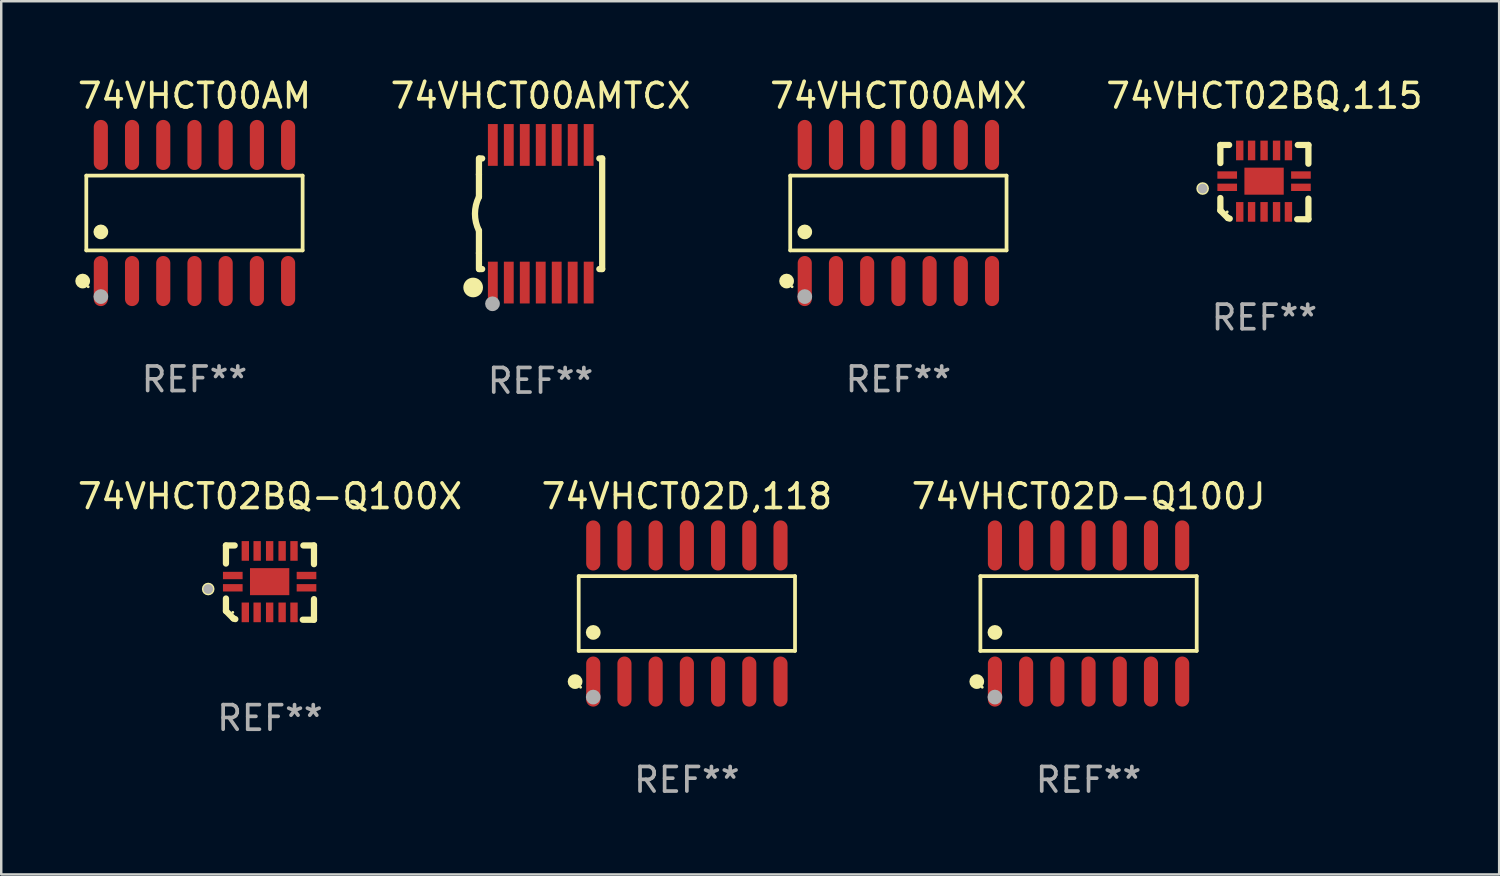
<source format=kicad_pcb>
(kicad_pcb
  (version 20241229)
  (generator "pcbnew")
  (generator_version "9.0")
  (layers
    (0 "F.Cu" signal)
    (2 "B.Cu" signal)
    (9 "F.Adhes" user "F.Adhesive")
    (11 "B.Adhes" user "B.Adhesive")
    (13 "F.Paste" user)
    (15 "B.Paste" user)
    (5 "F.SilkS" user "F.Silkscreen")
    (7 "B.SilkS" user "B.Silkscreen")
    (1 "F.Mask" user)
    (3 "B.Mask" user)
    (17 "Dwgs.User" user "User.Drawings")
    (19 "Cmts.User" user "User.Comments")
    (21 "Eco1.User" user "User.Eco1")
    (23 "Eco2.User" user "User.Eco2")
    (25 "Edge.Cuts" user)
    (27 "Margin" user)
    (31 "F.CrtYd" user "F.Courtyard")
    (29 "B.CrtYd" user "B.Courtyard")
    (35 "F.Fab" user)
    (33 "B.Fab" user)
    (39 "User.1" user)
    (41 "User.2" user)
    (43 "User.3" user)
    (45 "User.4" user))
  (footprint "74VHCT00AMTCX"
    (layer "F.Cu")
    (at 18.946 5.648)
    (property "Reference" "74VHCT00AMTCX" (at 0 -4.8 0) (layer "F.SilkS") (effects (font (size 1 1) (thickness 0.15))))
    (attr through_hole)
    (fp_line (start -2.507 -1.6) (end -2.507 -2.25) (stroke (width 0.254) (type solid)) (layer "F.SilkS"))
    (fp_line (start -2.507 -0.686) (end -2.507 -1.6) (stroke (width 0.254) (type solid)) (layer "F.SilkS"))
    (fp_line (start -2.507 1.6) (end -2.507 0.686) (stroke (width 0.254) (type solid)) (layer "F.SilkS"))
    (fp_line (start -2.507 1.6) (end -2.507 2.25) (stroke (width 0.254) (type solid)) (layer "F.SilkS"))
    (fp_line (start -2.493 -2.25) (end -2.377 -2.25) (stroke (width 0.254) (type solid)) (layer "F.SilkS"))
    (fp_line (start -2.377 2.25) (end -2.493 2.25) (stroke (width 0.254) (type solid)) (layer "F.SilkS"))
    (fp_line (start 2.392 -2.25) (end 2.507 -2.25) (stroke (width 0.254) (type solid)) (layer "F.SilkS"))
    (fp_line (start 2.507 -2.25) (end 2.507 2.25) (stroke (width 0.254) (type solid)) (layer "F.SilkS"))
    (fp_line (start 2.507 2.25) (end 2.392 2.25) (stroke (width 0.254) (type solid)) (layer "F.SilkS"))
    (fp_arc (start -2.507303 0.685802) (mid -2.669199 0) (end -2.507303 -0.685801) (stroke (width 0.254001) (type solid)) (layer "F.SilkS"))
    (fp_circle (center -2.743 3) (end -2.543 3) (stroke (width 0.4) (type solid)) (fill no) (layer "F.SilkS"))
    (fp_circle (center -2.493 3.2) (end -2.463 3.2) (stroke (width 0.06) (type solid)) (fill no) (layer "F.SilkS"))
    (fp_circle (center -1.957 3.662) (end -1.807 3.662) (stroke (width 0.3) (type solid)) (fill no) (layer "F.Fab"))
    (fp_text user "REF**" (at 0 6.8 0) (layer "F.Fab") (effects (font (size 1 1) (thickness 0.15))))
    (pad "1" smd rect (at -1.943 2.8) (size 0.4 1.7) (layers "F.Cu" "F.Mask" "F.Paste"))
    (pad "2" smd rect (at -1.293 2.8) (size 0.4 1.7) (layers "F.Cu" "F.Mask" "F.Paste"))
    (pad "3" smd rect (at -0.643 2.8) (size 0.4 1.7) (layers "F.Cu" "F.Mask" "F.Paste"))
    (pad "4" smd rect (at 0.007 2.8) (size 0.4 1.7) (layers "F.Cu" "F.Mask" "F.Paste"))
    (pad "5" smd rect (at 0.657 2.8) (size 0.4 1.7) (layers "F.Cu" "F.Mask" "F.Paste"))
    (pad "6" smd rect (at 1.307 2.8) (size 0.4 1.7) (layers "F.Cu" "F.Mask" "F.Paste"))
    (pad "7" smd rect (at 1.957 2.8) (size 0.4 1.7) (layers "F.Cu" "F.Mask" "F.Paste"))
    (pad "8" smd rect (at 1.957 -2.8) (size 0.4 1.7) (layers "F.Cu" "F.Mask" "F.Paste"))
    (pad "9" smd rect (at 1.307 -2.8) (size 0.4 1.7) (layers "F.Cu" "F.Mask" "F.Paste"))
    (pad "10" smd rect (at 0.657 -2.8) (size 0.4 1.7) (layers "F.Cu" "F.Mask" "F.Paste"))
    (pad "11" smd rect (at 0.007 -2.8) (size 0.4 1.7) (layers "F.Cu" "F.Mask" "F.Paste"))
    (pad "12" smd rect (at -0.643 -2.8) (size 0.4 1.7) (layers "F.Cu" "F.Mask" "F.Paste"))
    (pad "13" smd rect (at -1.293 -2.8) (size 0.4 1.7) (layers "F.Cu" "F.Mask" "F.Paste"))
    (pad "14" smd rect (at -1.943 -2.8) (size 0.4 1.7) (layers "F.Cu" "F.Mask" "F.Paste")))
  (footprint "74VHCT00AMX"
    (layer "F.Cu")
    (at 33.506 5.617)
    (property "Reference" "74VHCT00AMX" (at 0 -4.769 0) (layer "F.SilkS") (effects (font (size 1 1) (thickness 0.15))))
    (attr through_hole)
    (fp_line (start -4.401 -1.521) (end 4.401 -1.521) (stroke (width 0.152) (type solid)) (layer "F.SilkS"))
    (fp_line (start -4.401 1.521) (end -4.401 -1.521) (stroke (width 0.152) (type solid)) (layer "F.SilkS"))
    (fp_line (start 4.401 -1.521) (end 4.401 1.521) (stroke (width 0.152) (type solid)) (layer "F.SilkS"))
    (fp_line (start 4.401 1.521) (end -4.401 1.521) (stroke (width 0.152) (type solid)) (layer "F.SilkS"))
    (fp_circle (center -4.549 2.769) (end -4.399 2.769) (stroke (width 0.3) (type solid)) (fill no) (layer "F.SilkS"))
    (fp_circle (center -4.325 3) (end -4.295 3) (stroke (width 0.06) (type solid)) (fill no) (layer "F.SilkS"))
    (fp_circle (center -3.81 0.769) (end -3.66 0.769) (stroke (width 0.3) (type solid)) (fill no) (layer "F.SilkS"))
    (fp_circle (center -3.81 3.4) (end -3.66 3.4) (stroke (width 0.3) (type solid)) (fill no) (layer "F.Fab"))
    (fp_text user "REF**" (at 0 6.769 0) (layer "F.Fab") (effects (font (size 1 1) (thickness 0.15))))
    (pad "1" smd oval (at -3.81 2.769) (size 0.574 2.038) (layers "F.Cu" "F.Mask" "F.Paste"))
    (pad "2" smd oval (at -2.54 2.769) (size 0.574 2.038) (layers "F.Cu" "F.Mask" "F.Paste"))
    (pad "3" smd oval (at -1.27 2.769) (size 0.574 2.038) (layers "F.Cu" "F.Mask" "F.Paste"))
    (pad "4" smd oval (at 0 2.769) (size 0.574 2.038) (layers "F.Cu" "F.Mask" "F.Paste"))
    (pad "5" smd oval (at 1.27 2.769) (size 0.574 2.038) (layers "F.Cu" "F.Mask" "F.Paste"))
    (pad "6" smd oval (at 2.54 2.769) (size 0.574 2.038) (layers "F.Cu" "F.Mask" "F.Paste"))
    (pad "7" smd oval (at 3.81 2.769) (size 0.574 2.038) (layers "F.Cu" "F.Mask" "F.Paste"))
    (pad "8" smd oval (at 3.81 -2.769) (size 0.574 2.038) (layers "F.Cu" "F.Mask" "F.Paste"))
    (pad "9" smd oval (at 2.54 -2.769) (size 0.574 2.038) (layers "F.Cu" "F.Mask" "F.Paste"))
    (pad "10" smd oval (at 1.27 -2.769) (size 0.574 2.038) (layers "F.Cu" "F.Mask" "F.Paste"))
    (pad "11" smd oval (at 0 -2.769) (size 0.574 2.038) (layers "F.Cu" "F.Mask" "F.Paste"))
    (pad "12" smd oval (at -1.27 -2.769) (size 0.574 2.038) (layers "F.Cu" "F.Mask" "F.Paste"))
    (pad "13" smd oval (at -2.54 -2.769) (size 0.574 2.038) (layers "F.Cu" "F.Mask" "F.Paste"))
    (pad "14" smd oval (at -3.81 -2.769) (size 0.574 2.038) (layers "F.Cu" "F.Mask" "F.Paste")))
  (footprint "74VHCT02D-Q100J"
    (layer "F.Cu")
    (at 41.244 21.914)
    (property "Reference" "74VHCT02D-Q100J" (at 0 -4.769 0) (layer "F.SilkS") (effects (font (size 1 1) (thickness 0.15))))
    (attr through_hole)
    (fp_line (start -4.401 -1.521) (end 4.401 -1.521) (stroke (width 0.152) (type solid)) (layer "F.SilkS"))
    (fp_line (start -4.401 1.521) (end -4.401 -1.521) (stroke (width 0.152) (type solid)) (layer "F.SilkS"))
    (fp_line (start 4.401 -1.521) (end 4.401 1.521) (stroke (width 0.152) (type solid)) (layer "F.SilkS"))
    (fp_line (start 4.401 1.521) (end -4.401 1.521) (stroke (width 0.152) (type solid)) (layer "F.SilkS"))
    (fp_circle (center -4.549 2.769) (end -4.399 2.769) (stroke (width 0.3) (type solid)) (fill no) (layer "F.SilkS"))
    (fp_circle (center -4.325 3) (end -4.295 3) (stroke (width 0.06) (type solid)) (fill no) (layer "F.SilkS"))
    (fp_circle (center -3.81 0.769) (end -3.66 0.769) (stroke (width 0.3) (type solid)) (fill no) (layer "F.SilkS"))
    (fp_circle (center -3.81 3.4) (end -3.66 3.4) (stroke (width 0.3) (type solid)) (fill no) (layer "F.Fab"))
    (fp_text user "REF**" (at 0 6.769 0) (layer "F.Fab") (effects (font (size 1 1) (thickness 0.15))))
    (pad "1" smd oval (at -3.81 2.769) (size 0.574 2.038) (layers "F.Cu" "F.Mask" "F.Paste"))
    (pad "2" smd oval (at -2.54 2.769) (size 0.574 2.038) (layers "F.Cu" "F.Mask" "F.Paste"))
    (pad "3" smd oval (at -1.27 2.769) (size 0.574 2.038) (layers "F.Cu" "F.Mask" "F.Paste"))
    (pad "4" smd oval (at 0 2.769) (size 0.574 2.038) (layers "F.Cu" "F.Mask" "F.Paste"))
    (pad "5" smd oval (at 1.27 2.769) (size 0.574 2.038) (layers "F.Cu" "F.Mask" "F.Paste"))
    (pad "6" smd oval (at 2.54 2.769) (size 0.574 2.038) (layers "F.Cu" "F.Mask" "F.Paste"))
    (pad "7" smd oval (at 3.81 2.769) (size 0.574 2.038) (layers "F.Cu" "F.Mask" "F.Paste"))
    (pad "8" smd oval (at 3.81 -2.769) (size 0.574 2.038) (layers "F.Cu" "F.Mask" "F.Paste"))
    (pad "9" smd oval (at 2.54 -2.769) (size 0.574 2.038) (layers "F.Cu" "F.Mask" "F.Paste"))
    (pad "10" smd oval (at 1.27 -2.769) (size 0.574 2.038) (layers "F.Cu" "F.Mask" "F.Paste"))
    (pad "11" smd oval (at 0 -2.769) (size 0.574 2.038) (layers "F.Cu" "F.Mask" "F.Paste"))
    (pad "12" smd oval (at -1.27 -2.769) (size 0.574 2.038) (layers "F.Cu" "F.Mask" "F.Paste"))
    (pad "13" smd oval (at -2.54 -2.769) (size 0.574 2.038) (layers "F.Cu" "F.Mask" "F.Paste"))
    (pad "14" smd oval (at -3.81 -2.769) (size 0.574 2.038) (layers "F.Cu" "F.Mask" "F.Paste")))
  (footprint "74VHCT02BQ,115"
    (layer "F.Cu")
    (at 48.399 4.36)
    (property "Reference" "74VHCT02BQ,115" (at 0 -3.511 0) (layer "F.SilkS") (effects (font (size 1 1) (thickness 0.15))))
    (attr through_hole)
    (fp_line (start -1.791 -1.511) (end -1.435 -1.511) (stroke (width 0.254) (type solid)) (layer "F.SilkS"))
    (fp_line (start -1.791 -0.775) (end -1.791 -1.511) (stroke (width 0.254) (type solid)) (layer "F.SilkS"))
    (fp_line (start -1.791 1.156) (end -1.791 0.648) (stroke (width 0.254) (type solid)) (layer "F.SilkS"))
    (fp_line (start -1.486 1.461) (end -1.791 1.156) (stroke (width 0.254) (type solid)) (layer "F.SilkS"))
    (fp_line (start -1.41 1.486) (end -1.486 1.461) (stroke (width 0.254) (type solid)) (layer "F.SilkS"))
    (fp_line (start 1.334 1.511) (end 1.791 1.511) (stroke (width 0.254) (type solid)) (layer "F.SilkS"))
    (fp_line (start 1.791 -1.511) (end 1.359 -1.511) (stroke (width 0.254) (type solid)) (layer "F.SilkS"))
    (fp_line (start 1.791 -0.749) (end 1.791 -1.511) (stroke (width 0.254) (type solid)) (layer "F.SilkS"))
    (fp_line (start 1.791 1.511) (end 1.791 0.673) (stroke (width 0.254) (type solid)) (layer "F.SilkS"))
    (fp_circle (center -2.513 0.262) (end -2.383 0.262) (stroke (width 0.254) (type solid)) (fill no) (layer "F.SilkS"))
    (fp_circle (center -1.513 1.212) (end -1.483 1.212) (stroke (width 0.06) (type solid)) (fill no) (layer "F.SilkS"))
    (fp_circle (center -2.513 0.262) (end -2.413 0.262) (stroke (width 0.2) (type solid)) (fill no) (layer "F.Fab"))
    (fp_text user "REF**" (at 0 5.511 0) (layer "F.Fab") (effects (font (size 1 1) (thickness 0.15))))
    (pad "1" smd rect (at -1.513 0.212) (size 0.8 0.3) (layers "F.Cu" "F.Mask" "F.Paste"))
    (pad "2" smd rect (at -1.003 1.212) (size 0.3 0.8) (layers "F.Cu" "F.Mask" "F.Paste"))
    (pad "3" smd rect (at -0.521 1.212) (size 0.3 0.8) (layers "F.Cu" "F.Mask" "F.Paste"))
    (pad "4" smd rect (at -0.013 1.212) (size 0.3 0.8) (layers "F.Cu" "F.Mask" "F.Paste"))
    (pad "5" smd rect (at 0.495 1.212) (size 0.3 0.8) (layers "F.Cu" "F.Mask" "F.Paste"))
    (pad "6" smd rect (at 0.978 1.212) (size 0.3 0.8) (layers "F.Cu" "F.Mask" "F.Paste"))
    (pad "7" smd rect (at 1.487 0.212) (size 0.8 0.3) (layers "F.Cu" "F.Mask" "F.Paste"))
    (pad "8" smd rect (at 1.487 -0.288) (size 0.8 0.3) (layers "F.Cu" "F.Mask" "F.Paste"))
    (pad "9" smd rect (at 0.978 -1.288) (size 0.3 0.8) (layers "F.Cu" "F.Mask" "F.Paste"))
    (pad "10" smd rect (at 0.495 -1.288) (size 0.3 0.8) (layers "F.Cu" "F.Mask" "F.Paste"))
    (pad "11" smd rect (at -0.013 -1.288) (size 0.3 0.8) (layers "F.Cu" "F.Mask" "F.Paste"))
    (pad "12" smd rect (at -0.521 -1.288) (size 0.3 0.8) (layers "F.Cu" "F.Mask" "F.Paste"))
    (pad "13" smd rect (at -1.003 -1.288) (size 0.3 0.8) (layers "F.Cu" "F.Mask" "F.Paste"))
    (pad "14" smd rect (at -1.513 -0.288) (size 0.8 0.3) (layers "F.Cu" "F.Mask" "F.Paste"))
    (pad "15" smd rect (at -0.013 -0.038 90) (size 1.1 1.6) (layers "F.Cu" "F.Mask" "F.Paste")))
  (footprint "74VHCT02D,118"
    (layer "F.Cu")
    (at 24.899 21.914)
    (property "Reference" "74VHCT02D,118" (at 0 -4.769 0) (layer "F.SilkS") (effects (font (size 1 1) (thickness 0.15))))
    (attr through_hole)
    (fp_line (start -4.401 -1.521) (end 4.401 -1.521) (stroke (width 0.152) (type solid)) (layer "F.SilkS"))
    (fp_line (start -4.401 1.521) (end -4.401 -1.521) (stroke (width 0.152) (type solid)) (layer "F.SilkS"))
    (fp_line (start 4.401 -1.521) (end 4.401 1.521) (stroke (width 0.152) (type solid)) (layer "F.SilkS"))
    (fp_line (start 4.401 1.521) (end -4.401 1.521) (stroke (width 0.152) (type solid)) (layer "F.SilkS"))
    (fp_circle (center -4.549 2.769) (end -4.399 2.769) (stroke (width 0.3) (type solid)) (fill no) (layer "F.SilkS"))
    (fp_circle (center -4.325 3) (end -4.295 3) (stroke (width 0.06) (type solid)) (fill no) (layer "F.SilkS"))
    (fp_circle (center -3.81 0.769) (end -3.66 0.769) (stroke (width 0.3) (type solid)) (fill no) (layer "F.SilkS"))
    (fp_circle (center -3.81 3.4) (end -3.66 3.4) (stroke (width 0.3) (type solid)) (fill no) (layer "F.Fab"))
    (fp_text user "REF**" (at 0 6.769 0) (layer "F.Fab") (effects (font (size 1 1) (thickness 0.15))))
    (pad "1" smd oval (at -3.81 2.769) (size 0.574 2.038) (layers "F.Cu" "F.Mask" "F.Paste"))
    (pad "2" smd oval (at -2.54 2.769) (size 0.574 2.038) (layers "F.Cu" "F.Mask" "F.Paste"))
    (pad "3" smd oval (at -1.27 2.769) (size 0.574 2.038) (layers "F.Cu" "F.Mask" "F.Paste"))
    (pad "4" smd oval (at 0 2.769) (size 0.574 2.038) (layers "F.Cu" "F.Mask" "F.Paste"))
    (pad "5" smd oval (at 1.27 2.769) (size 0.574 2.038) (layers "F.Cu" "F.Mask" "F.Paste"))
    (pad "6" smd oval (at 2.54 2.769) (size 0.574 2.038) (layers "F.Cu" "F.Mask" "F.Paste"))
    (pad "7" smd oval (at 3.81 2.769) (size 0.574 2.038) (layers "F.Cu" "F.Mask" "F.Paste"))
    (pad "8" smd oval (at 3.81 -2.769) (size 0.574 2.038) (layers "F.Cu" "F.Mask" "F.Paste"))
    (pad "9" smd oval (at 2.54 -2.769) (size 0.574 2.038) (layers "F.Cu" "F.Mask" "F.Paste"))
    (pad "10" smd oval (at 1.27 -2.769) (size 0.574 2.038) (layers "F.Cu" "F.Mask" "F.Paste"))
    (pad "11" smd oval (at 0 -2.769) (size 0.574 2.038) (layers "F.Cu" "F.Mask" "F.Paste"))
    (pad "12" smd oval (at -1.27 -2.769) (size 0.574 2.038) (layers "F.Cu" "F.Mask" "F.Paste"))
    (pad "13" smd oval (at -2.54 -2.769) (size 0.574 2.038) (layers "F.Cu" "F.Mask" "F.Paste"))
    (pad "14" smd oval (at -3.81 -2.769) (size 0.574 2.038) (layers "F.Cu" "F.Mask" "F.Paste")))
  (footprint "74VHCT02BQ-Q100X"
    (layer "F.Cu")
    (at 7.935 20.656)
    (property "Reference" "74VHCT02BQ-Q100X" (at 0 -3.511 0) (layer "F.SilkS") (effects (font (size 1 1) (thickness 0.15))))
    (attr through_hole)
    (fp_line (start -1.791 -1.511) (end -1.435 -1.511) (stroke (width 0.254) (type solid)) (layer "F.SilkS"))
    (fp_line (start -1.791 -0.775) (end -1.791 -1.511) (stroke (width 0.254) (type solid)) (layer "F.SilkS"))
    (fp_line (start -1.791 1.156) (end -1.791 0.648) (stroke (width 0.254) (type solid)) (layer "F.SilkS"))
    (fp_line (start -1.486 1.461) (end -1.791 1.156) (stroke (width 0.254) (type solid)) (layer "F.SilkS"))
    (fp_line (start -1.41 1.486) (end -1.486 1.461) (stroke (width 0.254) (type solid)) (layer "F.SilkS"))
    (fp_line (start 1.334 1.511) (end 1.791 1.511) (stroke (width 0.254) (type solid)) (layer "F.SilkS"))
    (fp_line (start 1.791 -1.511) (end 1.359 -1.511) (stroke (width 0.254) (type solid)) (layer "F.SilkS"))
    (fp_line (start 1.791 -0.749) (end 1.791 -1.511) (stroke (width 0.254) (type solid)) (layer "F.SilkS"))
    (fp_line (start 1.791 1.511) (end 1.791 0.673) (stroke (width 0.254) (type solid)) (layer "F.SilkS"))
    (fp_circle (center -2.513 0.262) (end -2.383 0.262) (stroke (width 0.254) (type solid)) (fill no) (layer "F.SilkS"))
    (fp_circle (center -1.513 1.212) (end -1.483 1.212) (stroke (width 0.06) (type solid)) (fill no) (layer "F.SilkS"))
    (fp_circle (center -2.513 0.262) (end -2.413 0.262) (stroke (width 0.2) (type solid)) (fill no) (layer "F.Fab"))
    (fp_text user "REF**" (at 0 5.511 0) (layer "F.Fab") (effects (font (size 1 1) (thickness 0.15))))
    (pad "1" smd rect (at -1.513 0.212) (size 0.8 0.3) (layers "F.Cu" "F.Mask" "F.Paste"))
    (pad "2" smd rect (at -1.003 1.212) (size 0.3 0.8) (layers "F.Cu" "F.Mask" "F.Paste"))
    (pad "3" smd rect (at -0.521 1.212) (size 0.3 0.8) (layers "F.Cu" "F.Mask" "F.Paste"))
    (pad "4" smd rect (at -0.013 1.212) (size 0.3 0.8) (layers "F.Cu" "F.Mask" "F.Paste"))
    (pad "5" smd rect (at 0.495 1.212) (size 0.3 0.8) (layers "F.Cu" "F.Mask" "F.Paste"))
    (pad "6" smd rect (at 0.978 1.212) (size 0.3 0.8) (layers "F.Cu" "F.Mask" "F.Paste"))
    (pad "7" smd rect (at 1.487 0.212) (size 0.8 0.3) (layers "F.Cu" "F.Mask" "F.Paste"))
    (pad "8" smd rect (at 1.487 -0.288) (size 0.8 0.3) (layers "F.Cu" "F.Mask" "F.Paste"))
    (pad "9" smd rect (at 0.978 -1.288) (size 0.3 0.8) (layers "F.Cu" "F.Mask" "F.Paste"))
    (pad "10" smd rect (at 0.495 -1.288) (size 0.3 0.8) (layers "F.Cu" "F.Mask" "F.Paste"))
    (pad "11" smd rect (at -0.013 -1.288) (size 0.3 0.8) (layers "F.Cu" "F.Mask" "F.Paste"))
    (pad "12" smd rect (at -0.521 -1.288) (size 0.3 0.8) (layers "F.Cu" "F.Mask" "F.Paste"))
    (pad "13" smd rect (at -1.003 -1.288) (size 0.3 0.8) (layers "F.Cu" "F.Mask" "F.Paste"))
    (pad "14" smd rect (at -1.513 -0.288) (size 0.8 0.3) (layers "F.Cu" "F.Mask" "F.Paste"))
    (pad "15" smd rect (at -0.013 -0.038 90) (size 1.1 1.6) (layers "F.Cu" "F.Mask" "F.Paste")))
  (footprint "74VHCT00AM"
    (layer "F.Cu")
    (at 4.863 5.617)
    (property "Reference" "74VHCT00AM" (at 0 -4.769 0) (layer "F.SilkS") (effects (font (size 1 1) (thickness 0.15))))
    (attr through_hole)
    (fp_line (start -4.401 -1.521) (end 4.401 -1.521) (stroke (width 0.152) (type solid)) (layer "F.SilkS"))
    (fp_line (start -4.401 1.521) (end -4.401 -1.521) (stroke (width 0.152) (type solid)) (layer "F.SilkS"))
    (fp_line (start 4.401 -1.521) (end 4.401 1.521) (stroke (width 0.152) (type solid)) (layer "F.SilkS"))
    (fp_line (start 4.401 1.521) (end -4.401 1.521) (stroke (width 0.152) (type solid)) (layer "F.SilkS"))
    (fp_circle (center -4.549 2.769) (end -4.399 2.769) (stroke (width 0.3) (type solid)) (fill no) (layer "F.SilkS"))
    (fp_circle (center -4.325 3) (end -4.295 3) (stroke (width 0.06) (type solid)) (fill no) (layer "F.SilkS"))
    (fp_circle (center -3.81 0.769) (end -3.66 0.769) (stroke (width 0.3) (type solid)) (fill no) (layer "F.SilkS"))
    (fp_circle (center -3.81 3.4) (end -3.66 3.4) (stroke (width 0.3) (type solid)) (fill no) (layer "F.Fab"))
    (fp_text user "REF**" (at 0 6.769 0) (layer "F.Fab") (effects (font (size 1 1) (thickness 0.15))))
    (pad "1" smd oval (at -3.81 2.769) (size 0.574 2.038) (layers "F.Cu" "F.Mask" "F.Paste"))
    (pad "2" smd oval (at -2.54 2.769) (size 0.574 2.038) (layers "F.Cu" "F.Mask" "F.Paste"))
    (pad "3" smd oval (at -1.27 2.769) (size 0.574 2.038) (layers "F.Cu" "F.Mask" "F.Paste"))
    (pad "4" smd oval (at 0 2.769) (size 0.574 2.038) (layers "F.Cu" "F.Mask" "F.Paste"))
    (pad "5" smd oval (at 1.27 2.769) (size 0.574 2.038) (layers "F.Cu" "F.Mask" "F.Paste"))
    (pad "6" smd oval (at 2.54 2.769) (size 0.574 2.038) (layers "F.Cu" "F.Mask" "F.Paste"))
    (pad "7" smd oval (at 3.81 2.769) (size 0.574 2.038) (layers "F.Cu" "F.Mask" "F.Paste"))
    (pad "8" smd oval (at 3.81 -2.769) (size 0.574 2.038) (layers "F.Cu" "F.Mask" "F.Paste"))
    (pad "9" smd oval (at 2.54 -2.769) (size 0.574 2.038) (layers "F.Cu" "F.Mask" "F.Paste"))
    (pad "10" smd oval (at 1.27 -2.769) (size 0.574 2.038) (layers "F.Cu" "F.Mask" "F.Paste"))
    (pad "11" smd oval (at 0 -2.769) (size 0.574 2.038) (layers "F.Cu" "F.Mask" "F.Paste"))
    (pad "12" smd oval (at -1.27 -2.769) (size 0.574 2.038) (layers "F.Cu" "F.Mask" "F.Paste"))
    (pad "13" smd oval (at -2.54 -2.769) (size 0.574 2.038) (layers "F.Cu" "F.Mask" "F.Paste"))
    (pad "14" smd oval (at -3.81 -2.769) (size 0.574 2.038) (layers "F.Cu" "F.Mask" "F.Paste")))
  (gr_rect
    (start -3 -3)
    (end 57.952 32.531)
    (stroke (width 0.1) (type default))
    (fill no)
    (layer "Edge.Cuts")))
</source>
